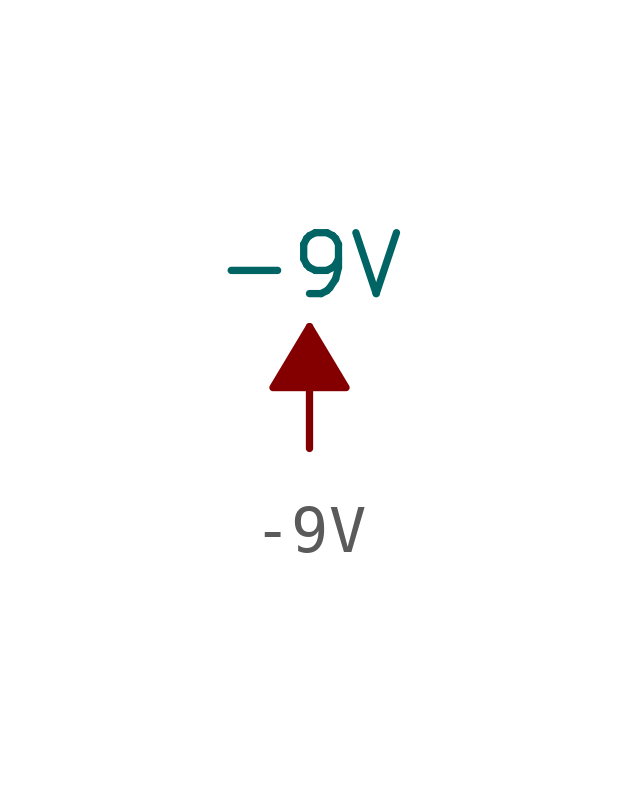
<source format=kicad_sym>
(kicad_symbol_lib
  (version 20211014)
  (generator kicad_symbol_editor)
  (symbol "power1:-9V"
    (power)
    (pin_names
      (offset 0))
    (property "Reference" "#PWR"
      (at 0 -3.175 0)
      (effects (font (size 1.27 1.27)) hide))
    (property "Value" "-9V"
      (at 0 3.81 0)
      (effects (font (size 1.27 1.27))))
    (symbol "-9V_0_1"
      (polyline (pts (xy 0 0) (xy 0 2.54)) (stroke (width 0) (type default) (color 0 0 0 0)) (fill (type none)))
      (polyline (pts (xy 0.762 1.27) (xy -0.762 1.27) (xy 0 2.54) (xy 0.762 1.27)) (stroke (width 0) (type default) (color 0 0 0 0)) (fill (type outline))))
    (symbol "-9V_1_1"
      (pin power_in line (at 0 0 90) (length 0) hide (name "-9V" (effects (font (size 1.27 1.27)))) (number "1" (effects (font (size 1.27 1.27))))))))
</source>
